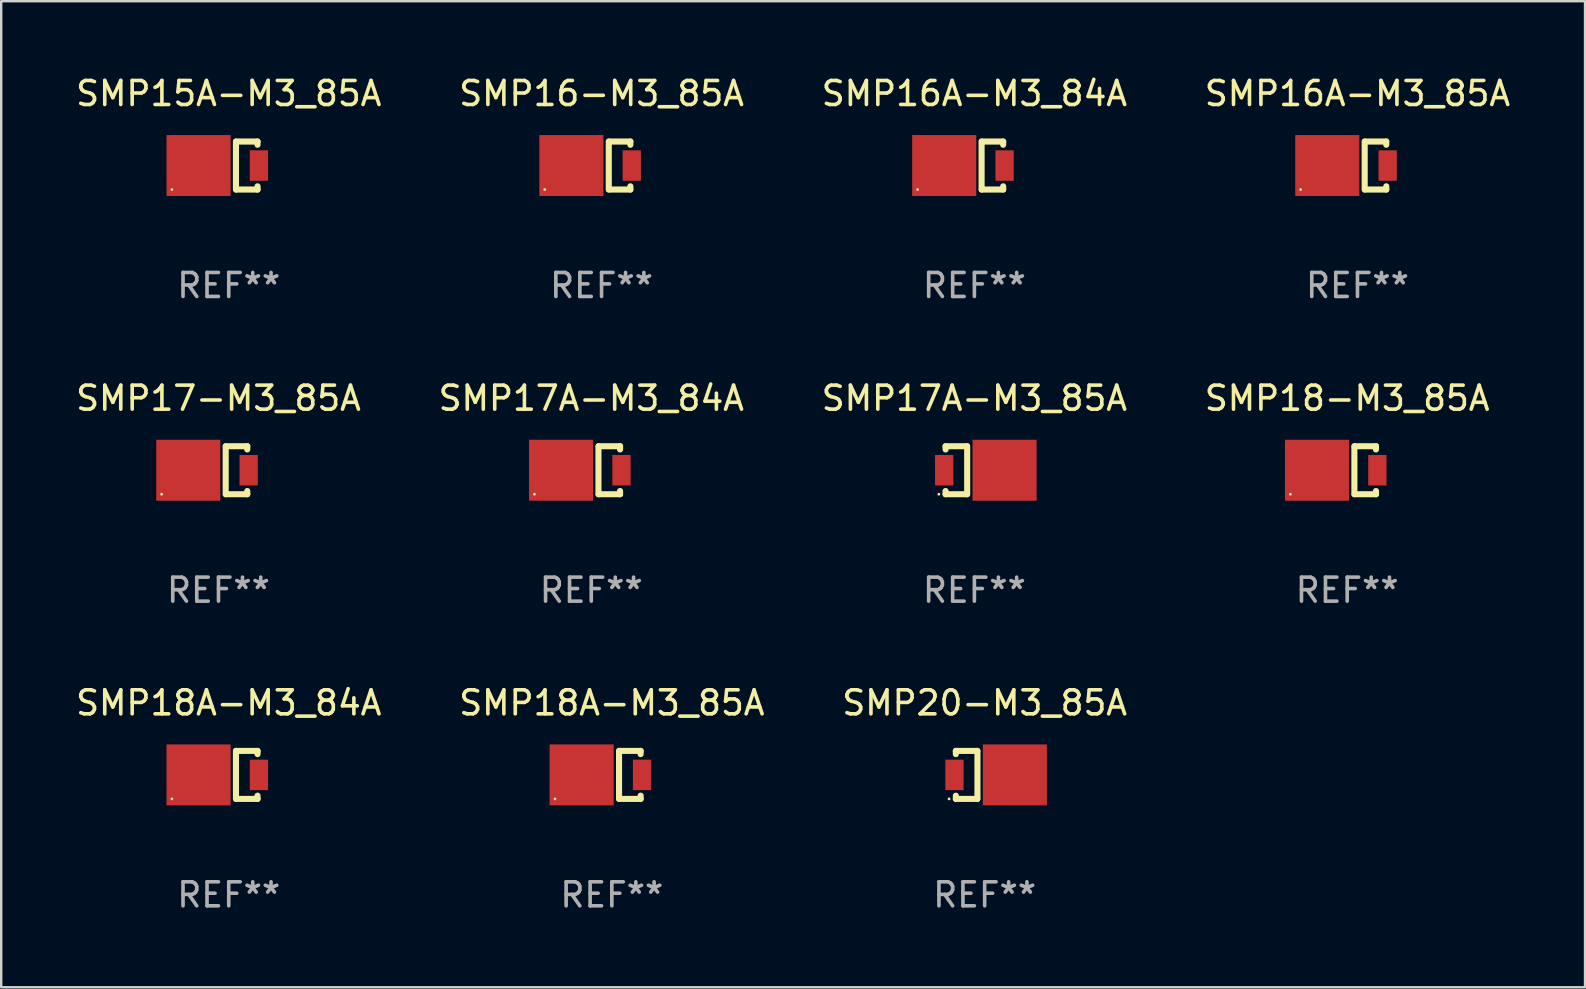
<source format=kicad_pcb>
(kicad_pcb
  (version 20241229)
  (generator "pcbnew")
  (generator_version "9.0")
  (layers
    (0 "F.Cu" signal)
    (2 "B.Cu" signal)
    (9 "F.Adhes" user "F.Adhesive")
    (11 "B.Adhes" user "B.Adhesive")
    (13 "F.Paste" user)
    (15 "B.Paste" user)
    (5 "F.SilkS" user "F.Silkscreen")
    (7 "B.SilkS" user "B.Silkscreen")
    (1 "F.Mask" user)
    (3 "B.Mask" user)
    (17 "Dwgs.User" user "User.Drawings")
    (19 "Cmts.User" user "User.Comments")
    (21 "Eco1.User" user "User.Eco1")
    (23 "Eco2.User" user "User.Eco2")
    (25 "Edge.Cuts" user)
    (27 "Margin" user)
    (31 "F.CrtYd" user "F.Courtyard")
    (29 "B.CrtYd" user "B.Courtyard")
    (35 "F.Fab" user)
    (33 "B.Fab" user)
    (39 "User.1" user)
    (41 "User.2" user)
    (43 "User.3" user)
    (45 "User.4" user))
  (footprint "SMP16-M3_85A"
    (layer "F.Cu")
    (at 22.018 3.848)
    (property "Reference" "SMP16-M3_85A" (at 0 -3 0) (layer "F.SilkS") (effects (font (size 1 1) (thickness 0.15))))
    (attr through_hole)
    (fp_line (start 0.3 -1) (end 0.3 1) (stroke (width 0.254) (type solid)) (layer "F.SilkS"))
    (fp_line (start 1.2 -1) (end 0.308 -1) (stroke (width 0.254) (type solid)) (layer "F.SilkS"))
    (fp_line (start 1.2 -1) (end 1.2 -0.866) (stroke (width 0.254) (type solid)) (layer "F.SilkS"))
    (fp_line (start 1.2 1) (end 0.308 1) (stroke (width 0.254) (type solid)) (layer "F.SilkS"))
    (fp_line (start 1.2 1) (end 1.2 0.866) (stroke (width 0.254) (type solid)) (layer "F.SilkS"))
    (fp_circle (center -2.368 1) (end -2.338 1) (stroke (width 0.06) (type solid)) (fill no) (layer "F.SilkS"))
    (fp_text user "REF**" (at 0 5 0) (layer "F.Fab") (effects (font (size 1 1) (thickness 0.15))))
    (pad "1" smd rect (at -1.258 0) (size 2.67 2.54) (layers "F.Cu" "F.Mask" "F.Paste"))
    (pad "2" smd rect (at 1.258 0) (size 0.762 1.27) (layers "F.Cu" "F.Mask" "F.Paste")))
  (footprint "SMP17A-M3_84A"
    (layer "F.Cu")
    (at 21.589 16.545)
    (property "Reference" "SMP17A-M3_84A" (at 0 -3 0) (layer "F.SilkS") (effects (font (size 1 1) (thickness 0.15))))
    (attr through_hole)
    (fp_line (start 0.3 -1) (end 0.3 1) (stroke (width 0.254) (type solid)) (layer "F.SilkS"))
    (fp_line (start 1.2 -1) (end 0.308 -1) (stroke (width 0.254) (type solid)) (layer "F.SilkS"))
    (fp_line (start 1.2 -1) (end 1.2 -0.866) (stroke (width 0.254) (type solid)) (layer "F.SilkS"))
    (fp_line (start 1.2 1) (end 0.308 1) (stroke (width 0.254) (type solid)) (layer "F.SilkS"))
    (fp_line (start 1.2 1) (end 1.2 0.866) (stroke (width 0.254) (type solid)) (layer "F.SilkS"))
    (fp_circle (center -2.368 1) (end -2.338 1) (stroke (width 0.06) (type solid)) (fill no) (layer "F.SilkS"))
    (fp_text user "REF**" (at 0 5 0) (layer "F.Fab") (effects (font (size 1 1) (thickness 0.15))))
    (pad "1" smd rect (at -1.258 0) (size 2.67 2.54) (layers "F.Cu" "F.Mask" "F.Paste"))
    (pad "2" smd rect (at 1.258 0) (size 0.762 1.27) (layers "F.Cu" "F.Mask" "F.Paste")))
  (footprint "SMP16A-M3_84A"
    (layer "F.Cu")
    (at 37.554 3.848)
    (property "Reference" "SMP16A-M3_84A" (at 0 -3 0) (layer "F.SilkS") (effects (font (size 1 1) (thickness 0.15))))
    (attr through_hole)
    (fp_line (start 0.3 -1) (end 0.3 1) (stroke (width 0.254) (type solid)) (layer "F.SilkS"))
    (fp_line (start 1.2 -1) (end 0.308 -1) (stroke (width 0.254) (type solid)) (layer "F.SilkS"))
    (fp_line (start 1.2 -1) (end 1.2 -0.866) (stroke (width 0.254) (type solid)) (layer "F.SilkS"))
    (fp_line (start 1.2 1) (end 0.308 1) (stroke (width 0.254) (type solid)) (layer "F.SilkS"))
    (fp_line (start 1.2 1) (end 1.2 0.866) (stroke (width 0.254) (type solid)) (layer "F.SilkS"))
    (fp_circle (center -2.368 1) (end -2.338 1) (stroke (width 0.06) (type solid)) (fill no) (layer "F.SilkS"))
    (fp_text user "REF**" (at 0 5 0) (layer "F.Fab") (effects (font (size 1 1) (thickness 0.15))))
    (pad "1" smd rect (at -1.258 0) (size 2.67 2.54) (layers "F.Cu" "F.Mask" "F.Paste"))
    (pad "2" smd rect (at 1.258 0) (size 0.762 1.27) (layers "F.Cu" "F.Mask" "F.Paste")))
  (footprint "SMP15A-M3_85A"
    (layer "F.Cu")
    (at 6.482 3.848)
    (property "Reference" "SMP15A-M3_85A" (at 0 -3 0) (layer "F.SilkS") (effects (font (size 1 1) (thickness 0.15))))
    (attr through_hole)
    (fp_line (start 0.3 -1) (end 0.3 1) (stroke (width 0.254) (type solid)) (layer "F.SilkS"))
    (fp_line (start 1.2 -1) (end 0.308 -1) (stroke (width 0.254) (type solid)) (layer "F.SilkS"))
    (fp_line (start 1.2 -1) (end 1.2 -0.866) (stroke (width 0.254) (type solid)) (layer "F.SilkS"))
    (fp_line (start 1.2 1) (end 0.308 1) (stroke (width 0.254) (type solid)) (layer "F.SilkS"))
    (fp_line (start 1.2 1) (end 1.2 0.866) (stroke (width 0.254) (type solid)) (layer "F.SilkS"))
    (fp_circle (center -2.368 1) (end -2.338 1) (stroke (width 0.06) (type solid)) (fill no) (layer "F.SilkS"))
    (fp_text user "REF**" (at 0 5 0) (layer "F.Fab") (effects (font (size 1 1) (thickness 0.15))))
    (pad "1" smd rect (at -1.258 0) (size 2.67 2.54) (layers "F.Cu" "F.Mask" "F.Paste"))
    (pad "2" smd rect (at 1.258 0) (size 0.762 1.27) (layers "F.Cu" "F.Mask" "F.Paste")))
  (footprint "SMP18A-M3_85A"
    (layer "F.Cu")
    (at 22.446 29.241)
    (property "Reference" "SMP18A-M3_85A" (at 0 -3 0) (layer "F.SilkS") (effects (font (size 1 1) (thickness 0.15))))
    (attr through_hole)
    (fp_line (start 0.3 -1) (end 0.3 1) (stroke (width 0.254) (type solid)) (layer "F.SilkS"))
    (fp_line (start 1.2 -1) (end 0.308 -1) (stroke (width 0.254) (type solid)) (layer "F.SilkS"))
    (fp_line (start 1.2 -1) (end 1.2 -0.866) (stroke (width 0.254) (type solid)) (layer "F.SilkS"))
    (fp_line (start 1.2 1) (end 0.308 1) (stroke (width 0.254) (type solid)) (layer "F.SilkS"))
    (fp_line (start 1.2 1) (end 1.2 0.866) (stroke (width 0.254) (type solid)) (layer "F.SilkS"))
    (fp_circle (center -2.368 1) (end -2.338 1) (stroke (width 0.06) (type solid)) (fill no) (layer "F.SilkS"))
    (fp_text user "REF**" (at 0 5 0) (layer "F.Fab") (effects (font (size 1 1) (thickness 0.15))))
    (pad "1" smd rect (at -1.258 0) (size 2.67 2.54) (layers "F.Cu" "F.Mask" "F.Paste"))
    (pad "2" smd rect (at 1.258 0) (size 0.762 1.27) (layers "F.Cu" "F.Mask" "F.Paste")))
  (footprint "SMP20-M3_85A"
    (layer "F.Cu")
    (at 37.982 29.241)
    (property "Reference" "SMP20-M3_85A" (at 0 -3 0) (layer "F.SilkS") (effects (font (size 1 1) (thickness 0.15))))
    (attr through_hole)
    (fp_line (start -1.2 -1) (end -1.2 -0.866) (stroke (width 0.254) (type solid)) (layer "F.SilkS"))
    (fp_line (start -1.2 -1) (end -0.308 -1) (stroke (width 0.254) (type solid)) (layer "F.SilkS"))
    (fp_line (start -1.2 1) (end -1.2 0.866) (stroke (width 0.254) (type solid)) (layer "F.SilkS"))
    (fp_line (start -1.2 1) (end -0.308 1) (stroke (width 0.254) (type solid)) (layer "F.SilkS"))
    (fp_line (start -0.3 1) (end -0.3 -1) (stroke (width 0.254) (type solid)) (layer "F.SilkS"))
    (fp_circle (center -1.482 1) (end -1.452 1) (stroke (width 0.06) (type solid)) (fill no) (layer "F.SilkS"))
    (fp_text user "REF**" (at 0 5 0) (layer "F.Fab") (effects (font (size 1 1) (thickness 0.15))))
    (pad "1" smd rect (at -1.258 0 180) (size 0.762 1.27) (layers "F.Cu" "F.Mask" "F.Paste"))
    (pad "2" smd rect (at 1.258 0 180) (size 2.67 2.54) (layers "F.Cu" "F.Mask" "F.Paste")))
  (footprint "SMP17A-M3_85A"
    (layer "F.Cu")
    (at 37.554 16.545)
    (property "Reference" "SMP17A-M3_85A" (at 0 -3 0) (layer "F.SilkS") (effects (font (size 1 1) (thickness 0.15))))
    (attr through_hole)
    (fp_line (start -1.2 -1) (end -1.2 -0.866) (stroke (width 0.254) (type solid)) (layer "F.SilkS"))
    (fp_line (start -1.2 -1) (end -0.308 -1) (stroke (width 0.254) (type solid)) (layer "F.SilkS"))
    (fp_line (start -1.2 1) (end -1.2 0.866) (stroke (width 0.254) (type solid)) (layer "F.SilkS"))
    (fp_line (start -1.2 1) (end -0.308 1) (stroke (width 0.254) (type solid)) (layer "F.SilkS"))
    (fp_line (start -0.3 1) (end -0.3 -1) (stroke (width 0.254) (type solid)) (layer "F.SilkS"))
    (fp_circle (center -1.482 1) (end -1.452 1) (stroke (width 0.06) (type solid)) (fill no) (layer "F.SilkS"))
    (fp_text user "REF**" (at 0 5 0) (layer "F.Fab") (effects (font (size 1 1) (thickness 0.15))))
    (pad "1" smd rect (at -1.258 0 180) (size 0.762 1.27) (layers "F.Cu" "F.Mask" "F.Paste"))
    (pad "2" smd rect (at 1.258 0 180) (size 2.67 2.54) (layers "F.Cu" "F.Mask" "F.Paste")))
  (footprint "SMP16A-M3_85A"
    (layer "F.Cu")
    (at 53.518 3.848)
    (property "Reference" "SMP16A-M3_85A" (at 0 -3 0) (layer "F.SilkS") (effects (font (size 1 1) (thickness 0.15))))
    (attr through_hole)
    (fp_line (start 0.3 -1) (end 0.3 1) (stroke (width 0.254) (type solid)) (layer "F.SilkS"))
    (fp_line (start 1.2 -1) (end 0.308 -1) (stroke (width 0.254) (type solid)) (layer "F.SilkS"))
    (fp_line (start 1.2 -1) (end 1.2 -0.866) (stroke (width 0.254) (type solid)) (layer "F.SilkS"))
    (fp_line (start 1.2 1) (end 0.308 1) (stroke (width 0.254) (type solid)) (layer "F.SilkS"))
    (fp_line (start 1.2 1) (end 1.2 0.866) (stroke (width 0.254) (type solid)) (layer "F.SilkS"))
    (fp_circle (center -2.368 1) (end -2.338 1) (stroke (width 0.06) (type solid)) (fill no) (layer "F.SilkS"))
    (fp_text user "REF**" (at 0 5 0) (layer "F.Fab") (effects (font (size 1 1) (thickness 0.15))))
    (pad "1" smd rect (at -1.258 0) (size 2.67 2.54) (layers "F.Cu" "F.Mask" "F.Paste"))
    (pad "2" smd rect (at 1.258 0) (size 0.762 1.27) (layers "F.Cu" "F.Mask" "F.Paste")))
  (footprint "SMP18A-M3_84A"
    (layer "F.Cu")
    (at 6.482 29.241)
    (property "Reference" "SMP18A-M3_84A" (at 0 -3 0) (layer "F.SilkS") (effects (font (size 1 1) (thickness 0.15))))
    (attr through_hole)
    (fp_line (start 0.3 -1) (end 0.3 1) (stroke (width 0.254) (type solid)) (layer "F.SilkS"))
    (fp_line (start 1.2 -1) (end 0.308 -1) (stroke (width 0.254) (type solid)) (layer "F.SilkS"))
    (fp_line (start 1.2 -1) (end 1.2 -0.866) (stroke (width 0.254) (type solid)) (layer "F.SilkS"))
    (fp_line (start 1.2 1) (end 0.308 1) (stroke (width 0.254) (type solid)) (layer "F.SilkS"))
    (fp_line (start 1.2 1) (end 1.2 0.866) (stroke (width 0.254) (type solid)) (layer "F.SilkS"))
    (fp_circle (center -2.368 1) (end -2.338 1) (stroke (width 0.06) (type solid)) (fill no) (layer "F.SilkS"))
    (fp_text user "REF**" (at 0 5 0) (layer "F.Fab") (effects (font (size 1 1) (thickness 0.15))))
    (pad "1" smd rect (at -1.258 0) (size 2.67 2.54) (layers "F.Cu" "F.Mask" "F.Paste"))
    (pad "2" smd rect (at 1.258 0) (size 0.762 1.27) (layers "F.Cu" "F.Mask" "F.Paste")))
  (footprint "SMP18-M3_85A"
    (layer "F.Cu")
    (at 53.089 16.545)
    (property "Reference" "SMP18-M3_85A" (at 0 -3 0) (layer "F.SilkS") (effects (font (size 1 1) (thickness 0.15))))
    (attr through_hole)
    (fp_line (start 0.3 -1) (end 0.3 1) (stroke (width 0.254) (type solid)) (layer "F.SilkS"))
    (fp_line (start 1.2 -1) (end 0.308 -1) (stroke (width 0.254) (type solid)) (layer "F.SilkS"))
    (fp_line (start 1.2 -1) (end 1.2 -0.866) (stroke (width 0.254) (type solid)) (layer "F.SilkS"))
    (fp_line (start 1.2 1) (end 0.308 1) (stroke (width 0.254) (type solid)) (layer "F.SilkS"))
    (fp_line (start 1.2 1) (end 1.2 0.866) (stroke (width 0.254) (type solid)) (layer "F.SilkS"))
    (fp_circle (center -2.368 1) (end -2.338 1) (stroke (width 0.06) (type solid)) (fill no) (layer "F.SilkS"))
    (fp_text user "REF**" (at 0 5 0) (layer "F.Fab") (effects (font (size 1 1) (thickness 0.15))))
    (pad "1" smd rect (at -1.258 0) (size 2.67 2.54) (layers "F.Cu" "F.Mask" "F.Paste"))
    (pad "2" smd rect (at 1.258 0) (size 0.762 1.27) (layers "F.Cu" "F.Mask" "F.Paste")))
  (footprint "SMP17-M3_85A"
    (layer "F.Cu")
    (at 6.054 16.545)
    (property "Reference" "SMP17-M3_85A" (at 0 -3 0) (layer "F.SilkS") (effects (font (size 1 1) (thickness 0.15))))
    (attr through_hole)
    (fp_line (start 0.3 -1) (end 0.3 1) (stroke (width 0.254) (type solid)) (layer "F.SilkS"))
    (fp_line (start 1.2 -1) (end 0.308 -1) (stroke (width 0.254) (type solid)) (layer "F.SilkS"))
    (fp_line (start 1.2 -1) (end 1.2 -0.866) (stroke (width 0.254) (type solid)) (layer "F.SilkS"))
    (fp_line (start 1.2 1) (end 0.308 1) (stroke (width 0.254) (type solid)) (layer "F.SilkS"))
    (fp_line (start 1.2 1) (end 1.2 0.866) (stroke (width 0.254) (type solid)) (layer "F.SilkS"))
    (fp_circle (center -2.368 1) (end -2.338 1) (stroke (width 0.06) (type solid)) (fill no) (layer "F.SilkS"))
    (fp_text user "REF**" (at 0 5 0) (layer "F.Fab") (effects (font (size 1 1) (thickness 0.15))))
    (pad "1" smd rect (at -1.258 0) (size 2.67 2.54) (layers "F.Cu" "F.Mask" "F.Paste"))
    (pad "2" smd rect (at 1.258 0) (size 0.762 1.27) (layers "F.Cu" "F.Mask" "F.Paste")))
  (gr_rect
    (start -3 -3)
    (end 63 38.09)
    (stroke (width 0.1) (type default))
    (fill no)
    (layer "Edge.Cuts")))
</source>
